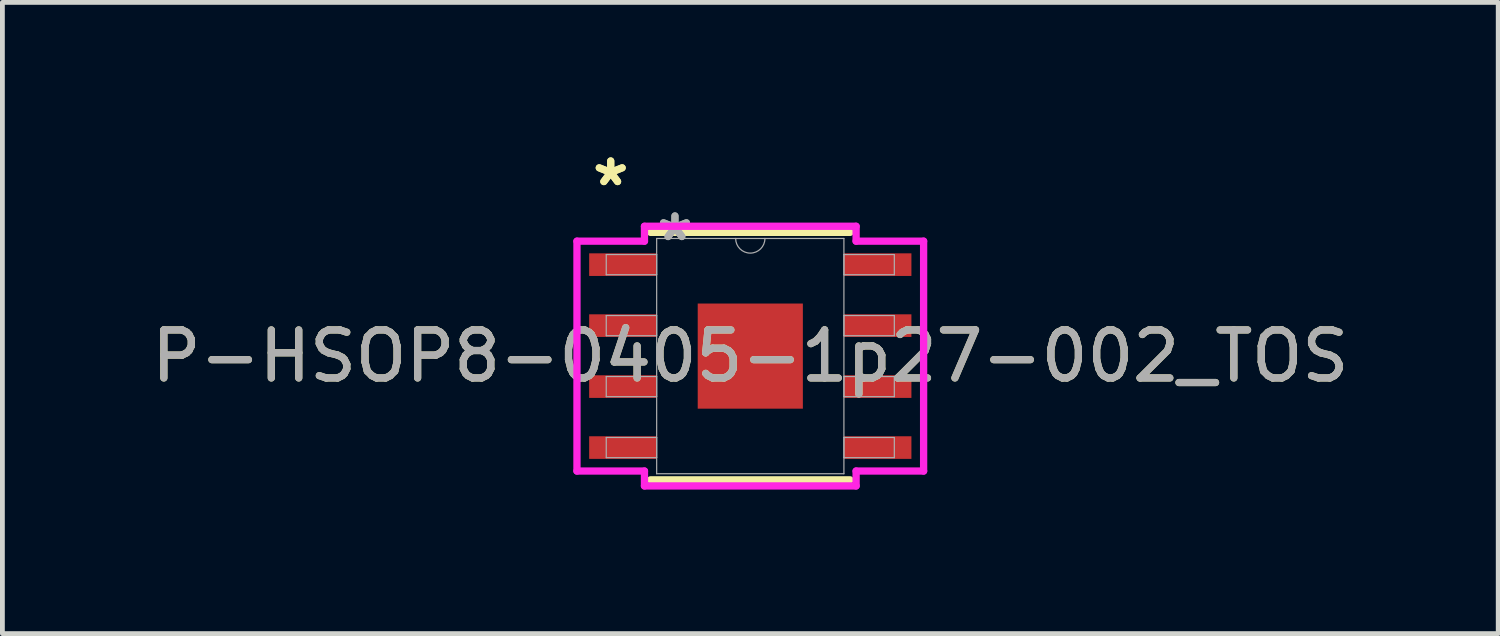
<source format=kicad_pcb>
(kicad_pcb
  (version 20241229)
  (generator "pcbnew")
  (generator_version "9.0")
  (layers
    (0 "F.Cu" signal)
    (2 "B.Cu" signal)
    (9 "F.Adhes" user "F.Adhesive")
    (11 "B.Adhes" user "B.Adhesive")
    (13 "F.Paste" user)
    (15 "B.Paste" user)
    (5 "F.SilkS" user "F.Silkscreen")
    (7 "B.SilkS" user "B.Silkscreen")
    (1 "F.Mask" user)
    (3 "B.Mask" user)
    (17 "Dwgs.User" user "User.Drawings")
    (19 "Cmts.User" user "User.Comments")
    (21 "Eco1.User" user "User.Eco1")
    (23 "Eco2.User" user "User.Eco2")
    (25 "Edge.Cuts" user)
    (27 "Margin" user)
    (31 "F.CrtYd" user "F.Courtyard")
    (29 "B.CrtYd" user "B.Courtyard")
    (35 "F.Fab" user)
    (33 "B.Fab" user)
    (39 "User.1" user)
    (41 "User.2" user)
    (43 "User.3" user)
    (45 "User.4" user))
  (footprint "P-HSOP8-0405-1p27-002_TOS"
    (layer "F.Cu")
    (at 12.577 4.367)
    (property "Reference" "P-HSOP8-0405-1p27-002_TOS" (at 0 0 0) (unlocked yes) (layer "F.SilkS") (effects (font (size 1 1) (thickness 0.15))))
    (attr smd)
    (fp_line (start -2.077 2.577) (end 2.077 2.577) (stroke (width 0.152) (type solid)) (layer "F.SilkS"))
    (fp_line (start 2.077 -2.577) (end -2.077 -2.577) (stroke (width 0.152) (type solid)) (layer "F.SilkS"))
    (fp_line (start -3.61 -2.394) (end -2.204 -2.394) (stroke (width 0.152) (type solid)) (layer "F.CrtYd"))
    (fp_line (start -3.61 2.394) (end -3.61 -2.394) (stroke (width 0.152) (type solid)) (layer "F.CrtYd"))
    (fp_line (start -3.61 2.394) (end -2.204 2.394) (stroke (width 0.152) (type solid)) (layer "F.CrtYd"))
    (fp_line (start -2.204 -2.704) (end 2.204 -2.704) (stroke (width 0.152) (type solid)) (layer "F.CrtYd"))
    (fp_line (start -2.204 -2.394) (end -2.204 -2.704) (stroke (width 0.152) (type solid)) (layer "F.CrtYd"))
    (fp_line (start -2.204 2.704) (end -2.204 2.394) (stroke (width 0.152) (type solid)) (layer "F.CrtYd"))
    (fp_line (start 2.204 -2.704) (end 2.204 -2.394) (stroke (width 0.152) (type solid)) (layer "F.CrtYd"))
    (fp_line (start 2.204 2.394) (end 2.204 2.704) (stroke (width 0.152) (type solid)) (layer "F.CrtYd"))
    (fp_line (start 2.204 2.704) (end -2.204 2.704) (stroke (width 0.152) (type solid)) (layer "F.CrtYd"))
    (fp_line (start 3.61 -2.394) (end 2.204 -2.394) (stroke (width 0.152) (type solid)) (layer "F.CrtYd"))
    (fp_line (start 3.61 -2.394) (end 3.61 2.394) (stroke (width 0.152) (type solid)) (layer "F.CrtYd"))
    (fp_line (start 3.61 2.394) (end 2.204 2.394) (stroke (width 0.152) (type solid)) (layer "F.CrtYd"))
    (fp_line (start -3 -2.115) (end -3 -1.695) (stroke (width 0.025) (type solid)) (layer "F.Fab"))
    (fp_line (start -3 -1.695) (end -1.95 -1.695) (stroke (width 0.025) (type solid)) (layer "F.Fab"))
    (fp_line (start -3 -0.845) (end -3 -0.425) (stroke (width 0.025) (type solid)) (layer "F.Fab"))
    (fp_line (start -3 -0.425) (end -1.95 -0.425) (stroke (width 0.025) (type solid)) (layer "F.Fab"))
    (fp_line (start -3 0.425) (end -3 0.845) (stroke (width 0.025) (type solid)) (layer "F.Fab"))
    (fp_line (start -3 0.845) (end -1.95 0.845) (stroke (width 0.025) (type solid)) (layer "F.Fab"))
    (fp_line (start -3 1.695) (end -3 2.115) (stroke (width 0.025) (type solid)) (layer "F.Fab"))
    (fp_line (start -3 2.115) (end -1.95 2.115) (stroke (width 0.025) (type solid)) (layer "F.Fab"))
    (fp_line (start -1.95 -2.45) (end -1.95 2.45) (stroke (width 0.025) (type solid)) (layer "F.Fab"))
    (fp_line (start -1.95 -2.115) (end -3 -2.115) (stroke (width 0.025) (type solid)) (layer "F.Fab"))
    (fp_line (start -1.95 -1.695) (end -1.95 -2.115) (stroke (width 0.025) (type solid)) (layer "F.Fab"))
    (fp_line (start -1.95 -0.845) (end -3 -0.845) (stroke (width 0.025) (type solid)) (layer "F.Fab"))
    (fp_line (start -1.95 -0.425) (end -1.95 -0.845) (stroke (width 0.025) (type solid)) (layer "F.Fab"))
    (fp_line (start -1.95 0.425) (end -3 0.425) (stroke (width 0.025) (type solid)) (layer "F.Fab"))
    (fp_line (start -1.95 0.845) (end -1.95 0.425) (stroke (width 0.025) (type solid)) (layer "F.Fab"))
    (fp_line (start -1.95 1.695) (end -3 1.695) (stroke (width 0.025) (type solid)) (layer "F.Fab"))
    (fp_line (start -1.95 2.115) (end -1.95 1.695) (stroke (width 0.025) (type solid)) (layer "F.Fab"))
    (fp_line (start -1.95 2.45) (end 1.95 2.45) (stroke (width 0.025) (type solid)) (layer "F.Fab"))
    (fp_line (start 1.95 -2.45) (end -1.95 -2.45) (stroke (width 0.025) (type solid)) (layer "F.Fab"))
    (fp_line (start 1.95 -2.115) (end 1.95 -1.695) (stroke (width 0.025) (type solid)) (layer "F.Fab"))
    (fp_line (start 1.95 -1.695) (end 3 -1.695) (stroke (width 0.025) (type solid)) (layer "F.Fab"))
    (fp_line (start 1.95 -0.845) (end 1.95 -0.425) (stroke (width 0.025) (type solid)) (layer "F.Fab"))
    (fp_line (start 1.95 -0.425) (end 3 -0.425) (stroke (width 0.025) (type solid)) (layer "F.Fab"))
    (fp_line (start 1.95 0.425) (end 1.95 0.845) (stroke (width 0.025) (type solid)) (layer "F.Fab"))
    (fp_line (start 1.95 0.845) (end 3 0.845) (stroke (width 0.025) (type solid)) (layer "F.Fab"))
    (fp_line (start 1.95 1.695) (end 1.95 2.115) (stroke (width 0.025) (type solid)) (layer "F.Fab"))
    (fp_line (start 1.95 2.115) (end 3 2.115) (stroke (width 0.025) (type solid)) (layer "F.Fab"))
    (fp_line (start 1.95 2.45) (end 1.95 -2.45) (stroke (width 0.025) (type solid)) (layer "F.Fab"))
    (fp_line (start 3 -2.115) (end 1.95 -2.115) (stroke (width 0.025) (type solid)) (layer "F.Fab"))
    (fp_line (start 3 -1.695) (end 3 -2.115) (stroke (width 0.025) (type solid)) (layer "F.Fab"))
    (fp_line (start 3 -0.845) (end 1.95 -0.845) (stroke (width 0.025) (type solid)) (layer "F.Fab"))
    (fp_line (start 3 -0.425) (end 3 -0.845) (stroke (width 0.025) (type solid)) (layer "F.Fab"))
    (fp_line (start 3 0.425) (end 1.95 0.425) (stroke (width 0.025) (type solid)) (layer "F.Fab"))
    (fp_line (start 3 0.845) (end 3 0.425) (stroke (width 0.025) (type solid)) (layer "F.Fab"))
    (fp_line (start 3 1.695) (end 1.95 1.695) (stroke (width 0.025) (type solid)) (layer "F.Fab"))
    (fp_line (start 3 2.115) (end 3 1.695) (stroke (width 0.025) (type solid)) (layer "F.Fab"))
    (fp_arc (start 0.3048 -2.45) (mid 0 -2.1452) (end -0.3048 -2.45) (stroke (width 0.0254) (type solid)) (layer "F.Fab"))
    (fp_text user "*" (at -2.907 -3.519 0) (layer "F.SilkS") (effects (font (size 1 1) (thickness 0.15))))
    (fp_text user "*" (at -2.907 -3.519 0) (unlocked yes) (layer "F.SilkS") (effects (font (size 1 1) (thickness 0.15))))
    (fp_text user "${REFERENCE}" (at 0 0 0) (unlocked yes) (layer "F.Fab") (effects (font (size 1 1) (thickness 0.15))))
    (fp_text user "*" (at -1.569 -2.374 0) (layer "F.Fab") (effects (font (size 1 1) (thickness 0.15))))
    (fp_text user "*" (at -1.569 -2.374 0) (unlocked yes) (layer "F.Fab") (effects (font (size 1 1) (thickness 0.15))))
    (pad "1" smd rect (at -2.653 -1.905) (size 1.406 0.471) (layers "F.Cu" "F.Mask" "F.Paste"))
    (pad "2" smd rect (at -2.653 -0.635) (size 1.406 0.471) (layers "F.Cu" "F.Mask" "F.Paste"))
    (pad "3" smd rect (at -2.653 0.635) (size 1.406 0.471) (layers "F.Cu" "F.Mask" "F.Paste"))
    (pad "4" smd rect (at -2.653 1.905) (size 1.406 0.471) (layers "F.Cu" "F.Mask" "F.Paste"))
    (pad "5" smd rect (at 2.653 1.905) (size 1.406 0.471) (layers "F.Cu" "F.Mask" "F.Paste"))
    (pad "6" smd rect (at 2.653 0.635) (size 1.406 0.471) (layers "F.Cu" "F.Mask" "F.Paste"))
    (pad "7" smd rect (at 2.653 -0.635) (size 1.406 0.471) (layers "F.Cu" "F.Mask" "F.Paste"))
    (pad "8" smd rect (at 2.653 -1.905) (size 1.406 0.471) (layers "F.Cu" "F.Mask" "F.Paste"))
    (pad "9" smd rect (at 0 0) (size 2.19 2.19) (layers "F.Cu" "F.Mask" "F.Paste")))
  (gr_rect
    (start -3 -3)
    (end 28.155 10.147)
    (stroke (width 0.1) (type default))
    (fill no)
    (layer "Edge.Cuts")))
</source>
